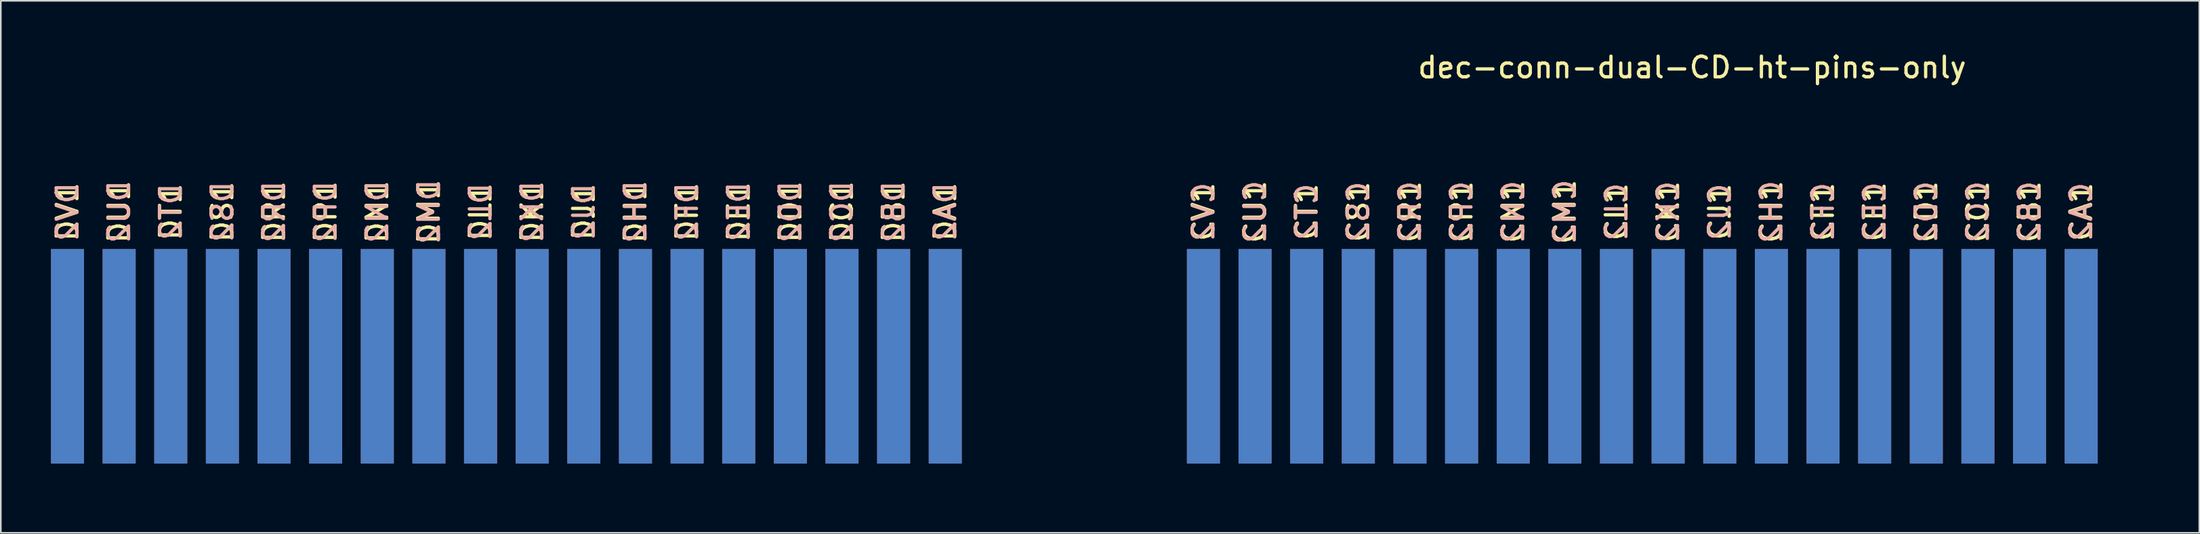
<source format=kicad_pcb>
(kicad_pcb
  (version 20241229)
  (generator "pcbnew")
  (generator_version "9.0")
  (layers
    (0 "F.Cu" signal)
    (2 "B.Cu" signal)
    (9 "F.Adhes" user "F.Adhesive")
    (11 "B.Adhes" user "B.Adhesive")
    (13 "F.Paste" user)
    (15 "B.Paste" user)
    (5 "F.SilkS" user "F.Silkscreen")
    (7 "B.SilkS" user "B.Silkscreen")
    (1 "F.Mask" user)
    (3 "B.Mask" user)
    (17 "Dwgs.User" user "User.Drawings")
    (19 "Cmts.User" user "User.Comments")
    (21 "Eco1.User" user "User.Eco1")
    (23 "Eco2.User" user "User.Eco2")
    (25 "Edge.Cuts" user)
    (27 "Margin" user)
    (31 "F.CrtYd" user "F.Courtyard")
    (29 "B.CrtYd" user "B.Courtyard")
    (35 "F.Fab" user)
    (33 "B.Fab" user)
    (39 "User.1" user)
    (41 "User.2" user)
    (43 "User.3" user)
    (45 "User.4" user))
  (footprint "dec-conn-dual-CD-ht-pins-only"
    (layer "F.Cu")
    (at 128.938 26.5)
    (property "Reference" "dec-conn-dual-CD-ht-pins-only" (at -27.94 -25.4 0) (layer "F.SilkS") (effects (font (size 1.27 1.27) (thickness 0.203))))
    (attr through_hole)
    (fp_text user "CK1" (at -29.413 -16.51 90) (layer "F.SilkS") (effects (font (size 1.27 1.27) (thickness 0.203))))
    (fp_text user "CH1" (at -23.063 -16.51 90) (layer "F.SilkS") (effects (font (size 1.27 1.27) (thickness 0.203))))
    (fp_text user "DE1" (at -86.563 -16.51 90) (layer "F.SilkS") (effects (font (size 1.27 1.27) (thickness 0.203))))
    (fp_text user "DJ1" (at -96.088 -16.51 90) (layer "F.SilkS") (effects (font (size 1.27 1.27) (thickness 0.203))))
    (fp_text user "CU1" (at -54.813 -16.51 90) (layer "F.SilkS") (effects (font (size 1.27 1.27) (thickness 0.203))))
    (fp_text user "CV1" (at -57.988 -16.51 90) (layer "F.SilkS") (effects (font (size 1.27 1.27) (thickness 0.203))))
    (fp_text user "DL1" (at -102.438 -16.51 90) (layer "F.SilkS") (effects (font (size 1.27 1.27) (thickness 0.203))))
    (fp_text user "CC1" (at -10.363 -16.51 90) (layer "F.SilkS") (effects (font (size 1.27 1.27) (thickness 0.203))))
    (fp_text user "CN1" (at -38.938 -16.51 90) (layer "F.SilkS") (effects (font (size 1.27 1.27) (thickness 0.203))))
    (fp_text user "CM1" (at -35.763 -16.51 90) (layer "F.SilkS") (effects (font (size 1.27 1.27) (thickness 0.203))))
    (fp_text user "DA1" (at -73.863 -16.51 90) (layer "F.SilkS") (effects (font (size 1.27 1.27) (thickness 0.203))))
    (fp_text user "DN1" (at -108.788 -16.51 90) (layer "F.SilkS") (effects (font (size 1.27 1.27) (thickness 0.203))))
    (fp_text user "DH1" (at -92.913 -16.51 90) (layer "F.SilkS") (effects (font (size 1.27 1.27) (thickness 0.203))))
    (fp_text user "DT1" (at -121.488 -16.51 90) (layer "F.SilkS") (effects (font (size 1.27 1.27) (thickness 0.203))))
    (fp_text user "DM1" (at -105.613 -16.51 90) (layer "F.SilkS") (effects (font (size 1.27 1.27) (thickness 0.203))))
    (fp_text user "DU1" (at -124.663 -16.51 90) (layer "F.SilkS") (effects (font (size 1.27 1.27) (thickness 0.203))))
    (fp_text user "DC1" (at -80.213 -16.51 90) (layer "F.SilkS") (effects (font (size 1.27 1.27) (thickness 0.203))))
    (fp_text user "DS1" (at -118.313 -16.51 90) (layer "F.SilkS") (effects (font (size 1.27 1.27) (thickness 0.203))))
    (fp_text user "CJ1" (at -26.238 -16.51 90) (layer "F.SilkS") (effects (font (size 1.27 1.27) (thickness 0.203))))
    (fp_text user "CP1" (at -42.113 -16.51 90) (layer "F.SilkS") (effects (font (size 1.27 1.27) (thickness 0.203))))
    (fp_text user "DP1" (at -111.963 -16.51 90) (layer "F.SilkS") (effects (font (size 1.27 1.27) (thickness 0.203))))
    (fp_text user "DD1" (at -83.388 -16.51 90) (layer "F.SilkS") (effects (font (size 1.27 1.27) (thickness 0.203))))
    (fp_text user "CR1" (at -45.288 -16.51 90) (layer "F.SilkS") (effects (font (size 1.27 1.27) (thickness 0.203))))
    (fp_text user "CB1" (at -7.188 -16.51 90) (layer "F.SilkS") (effects (font (size 1.27 1.27) (thickness 0.203))))
    (fp_text user "DR1" (at -115.138 -16.51 90) (layer "F.SilkS") (effects (font (size 1.27 1.27) (thickness 0.203))))
    (fp_text user "DK1" (at -99.263 -16.51 90) (layer "F.SilkS") (effects (font (size 1.27 1.27) (thickness 0.203))))
    (fp_text user "CA1" (at -4.013 -16.51 90) (layer "F.SilkS") (effects (font (size 1.27 1.27) (thickness 0.203))))
    (fp_text user "CD1" (at -13.538 -16.51 90) (layer "F.SilkS") (effects (font (size 1.27 1.27) (thickness 0.203))))
    (fp_text user "CT1" (at -51.638 -16.51 90) (layer "F.SilkS") (effects (font (size 1.27 1.27) (thickness 0.203))))
    (fp_text user "DV1" (at -127.838 -16.51 90) (layer "F.SilkS") (effects (font (size 1.27 1.27) (thickness 0.203))))
    (fp_text user "CL1" (at -32.588 -16.51 90) (layer "F.SilkS") (effects (font (size 1.27 1.27) (thickness 0.203))))
    (fp_text user "CE1" (at -16.713 -16.51 90) (layer "F.SilkS") (effects (font (size 1.27 1.27) (thickness 0.203))))
    (fp_text user "CS1" (at -48.463 -16.51 90) (layer "F.SilkS") (effects (font (size 1.27 1.27) (thickness 0.203))))
    (fp_text user "CF1" (at -19.888 -16.51 90) (layer "F.SilkS") (effects (font (size 1.27 1.27) (thickness 0.203))))
    (fp_text user "DB1" (at -77.038 -16.51 90) (layer "F.SilkS") (effects (font (size 1.27 1.27) (thickness 0.203))))
    (fp_text user "DF1" (at -89.738 -16.51 90) (layer "F.SilkS") (effects (font (size 1.27 1.27) (thickness 0.203))))
    (fp_text user "DA2" (at -73.863 -16.51 90) (layer "B.SilkS") (effects (font (size 1.27 1.27) (thickness 0.203)) (justify mirror)))
    (fp_text user "CH2" (at -23.063 -16.51 90) (layer "B.SilkS") (effects (font (size 1.27 1.27) (thickness 0.203)) (justify mirror)))
    (fp_text user "DD2" (at -83.388 -16.51 90) (layer "B.SilkS") (effects (font (size 1.27 1.27) (thickness 0.203)) (justify mirror)))
    (fp_text user "CB2" (at -7.188 -16.51 90) (layer "B.SilkS") (effects (font (size 1.27 1.27) (thickness 0.203)) (justify mirror)))
    (fp_text user "DJ2" (at -96.088 -16.51 90) (layer "B.SilkS") (effects (font (size 1.27 1.27) (thickness 0.203)) (justify mirror)))
    (fp_text user "DP2" (at -111.963 -16.51 90) (layer "B.SilkS") (effects (font (size 1.27 1.27) (thickness 0.203)) (justify mirror)))
    (fp_text user "CF2" (at -19.888 -16.51 90) (layer "B.SilkS") (effects (font (size 1.27 1.27) (thickness 0.203)) (justify mirror)))
    (fp_text user "CV2" (at -57.988 -16.51 90) (layer "B.SilkS") (effects (font (size 1.27 1.27) (thickness 0.203)) (justify mirror)))
    (fp_text user "DK2" (at -99.263 -16.51 90) (layer "B.SilkS") (effects (font (size 1.27 1.27) (thickness 0.203)) (justify mirror)))
    (fp_text user "CS2" (at -48.463 -16.51 90) (layer "B.SilkS") (effects (font (size 1.27 1.27) (thickness 0.203)) (justify mirror)))
    (fp_text user "CL2" (at -32.588 -16.51 90) (layer "B.SilkS") (effects (font (size 1.27 1.27) (thickness 0.203)) (justify mirror)))
    (fp_text user "CU2" (at -54.813 -16.51 90) (layer "B.SilkS") (effects (font (size 1.27 1.27) (thickness 0.203)) (justify mirror)))
    (fp_text user "DF2" (at -89.738 -16.51 90) (layer "B.SilkS") (effects (font (size 1.27 1.27) (thickness 0.203)) (justify mirror)))
    (fp_text user "DB2" (at -77.038 -16.51 90) (layer "B.SilkS") (effects (font (size 1.27 1.27) (thickness 0.203)) (justify mirror)))
    (fp_text user "CJ2" (at -26.238 -16.51 90) (layer "B.SilkS") (effects (font (size 1.27 1.27) (thickness 0.203)) (justify mirror)))
    (fp_text user "CP2" (at -42.113 -16.51 90) (layer "B.SilkS") (effects (font (size 1.27 1.27) (thickness 0.203)) (justify mirror)))
    (fp_text user "CT2" (at -51.638 -16.51 90) (layer "B.SilkS") (effects (font (size 1.27 1.27) (thickness 0.203)) (justify mirror)))
    (fp_text user "DE2" (at -86.563 -16.51 90) (layer "B.SilkS") (effects (font (size 1.27 1.27) (thickness 0.203)) (justify mirror)))
    (fp_text user "CR2" (at -45.288 -16.51 90) (layer "B.SilkS") (effects (font (size 1.27 1.27) (thickness 0.203)) (justify mirror)))
    (fp_text user "DM2" (at -105.613 -16.51 90) (layer "B.SilkS") (effects (font (size 1.27 1.27) (thickness 0.203)) (justify mirror)))
    (fp_text user "DU2" (at -124.663 -16.51 90) (layer "B.SilkS") (effects (font (size 1.27 1.27) (thickness 0.203)) (justify mirror)))
    (fp_text user "CE2" (at -16.713 -16.51 90) (layer "B.SilkS") (effects (font (size 1.27 1.27) (thickness 0.203)) (justify mirror)))
    (fp_text user "DC2" (at -80.213 -16.51 90) (layer "B.SilkS") (effects (font (size 1.27 1.27) (thickness 0.203)) (justify mirror)))
    (fp_text user "DL2" (at -102.438 -16.51 90) (layer "B.SilkS") (effects (font (size 1.27 1.27) (thickness 0.203)) (justify mirror)))
    (fp_text user "CM2" (at -35.763 -16.51 90) (layer "B.SilkS") (effects (font (size 1.27 1.27) (thickness 0.203)) (justify mirror)))
    (fp_text user "DT2" (at -121.488 -16.51 90) (layer "B.SilkS") (effects (font (size 1.27 1.27) (thickness 0.203)) (justify mirror)))
    (fp_text user "CD2" (at -13.538 -16.51 90) (layer "B.SilkS") (effects (font (size 1.27 1.27) (thickness 0.203)) (justify mirror)))
    (fp_text user "DN2" (at -108.788 -16.51 90) (layer "B.SilkS") (effects (font (size 1.27 1.27) (thickness 0.203)) (justify mirror)))
    (fp_text user "CA2" (at -4.013 -16.51 90) (layer "B.SilkS") (effects (font (size 1.27 1.27) (thickness 0.203)) (justify mirror)))
    (fp_text user "DS2" (at -118.313 -16.51 90) (layer "B.SilkS") (effects (font (size 1.27 1.27) (thickness 0.203)) (justify mirror)))
    (fp_text user "DV2" (at -127.838 -16.51 90) (layer "B.SilkS") (effects (font (size 1.27 1.27) (thickness 0.203)) (justify mirror)))
    (fp_text user "DH2" (at -92.913 -16.51 90) (layer "B.SilkS") (effects (font (size 1.27 1.27) (thickness 0.203)) (justify mirror)))
    (fp_text user "CC2" (at -10.363 -16.51 90) (layer "B.SilkS") (effects (font (size 1.27 1.27) (thickness 0.203)) (justify mirror)))
    (fp_text user "CK2" (at -29.413 -16.51 90) (layer "B.SilkS") (effects (font (size 1.27 1.27) (thickness 0.203)) (justify mirror)))
    (fp_text user "DR2" (at -115.138 -16.51 90) (layer "B.SilkS") (effects (font (size 1.27 1.27) (thickness 0.203)) (justify mirror)))
    (fp_text user "CN2" (at -38.938 -16.51 90) (layer "B.SilkS") (effects (font (size 1.27 1.27) (thickness 0.203)) (justify mirror)))
    (pad "CA1" connect rect (at -4.013 -13.462) (size 2.032 13.208) (drill (offset 0 5.842)) (layers "F.Cu" "F.Mask"))
    (pad "CA2" connect rect (at -4.013 -13.462) (size 2.032 13.208) (drill (offset 0 5.842)) (layers "B.Cu" "B.Mask"))
    (pad "CB1" connect rect (at -7.188 -13.462) (size 2.032 13.208) (drill (offset 0 5.842)) (layers "F.Cu" "F.Mask"))
    (pad "CB2" connect rect (at -7.188 -13.462) (size 2.032 13.208) (drill (offset 0 5.842)) (layers "B.Cu" "B.Mask"))
    (pad "CC1" connect rect (at -10.363 -13.462) (size 2.032 13.208) (drill (offset 0 5.842)) (layers "F.Cu" "F.Mask"))
    (pad "CC2" connect rect (at -10.363 -13.462) (size 2.032 13.208) (drill (offset 0 5.842)) (layers "B.Cu" "B.Mask"))
    (pad "CD1" connect rect (at -13.538 -13.462) (size 2.032 13.208) (drill (offset 0 5.842)) (layers "F.Cu" "F.Mask"))
    (pad "CD2" connect rect (at -13.538 -13.462) (size 2.032 13.208) (drill (offset 0 5.842)) (layers "B.Cu" "B.Mask"))
    (pad "CE1" connect rect (at -16.713 -13.462) (size 2.032 13.208) (drill (offset 0 5.842)) (layers "F.Cu" "F.Mask"))
    (pad "CE2" connect rect (at -16.713 -13.462) (size 2.032 13.208) (drill (offset 0 5.842)) (layers "B.Cu" "B.Mask"))
    (pad "CF1" connect rect (at -19.888 -13.462) (size 2.032 13.208) (drill (offset 0 5.842)) (layers "F.Cu" "F.Mask"))
    (pad "CF2" connect rect (at -19.888 -13.462) (size 2.032 13.208) (drill (offset 0 5.842)) (layers "B.Cu" "B.Mask"))
    (pad "CH1" connect rect (at -23.063 -13.462) (size 2.032 13.208) (drill (offset 0 5.842)) (layers "F.Cu" "F.Mask"))
    (pad "CH2" connect rect (at -23.063 -13.462) (size 2.032 13.208) (drill (offset 0 5.842)) (layers "B.Cu" "B.Mask"))
    (pad "CJ1" connect rect (at -26.238 -13.462) (size 2.032 13.208) (drill (offset 0 5.842)) (layers "F.Cu" "F.Mask"))
    (pad "CJ2" connect rect (at -26.238 -13.462) (size 2.032 13.208) (drill (offset 0 5.842)) (layers "B.Cu" "B.Mask"))
    (pad "CK1" connect rect (at -29.413 -13.462) (size 2.032 13.208) (drill (offset 0 5.842)) (layers "F.Cu" "F.Mask"))
    (pad "CK2" connect rect (at -29.413 -13.462) (size 2.032 13.208) (drill (offset 0 5.842)) (layers "B.Cu" "B.Mask"))
    (pad "CL1" connect rect (at -32.588 -13.462) (size 2.032 13.208) (drill (offset 0 5.842)) (layers "F.Cu" "F.Mask"))
    (pad "CL2" connect rect (at -32.588 -13.462) (size 2.032 13.208) (drill (offset 0 5.842)) (layers "B.Cu" "B.Mask"))
    (pad "CM1" connect rect (at -35.763 -13.462) (size 2.032 13.208) (drill (offset 0 5.842)) (layers "F.Cu" "F.Mask"))
    (pad "CM2" connect rect (at -35.763 -13.462) (size 2.032 13.208) (drill (offset 0 5.842)) (layers "B.Cu" "B.Mask"))
    (pad "CN1" connect rect (at -38.938 -13.462) (size 2.032 13.208) (drill (offset 0 5.842)) (layers "F.Cu" "F.Mask"))
    (pad "CN2" connect rect (at -38.938 -13.462) (size 2.032 13.208) (drill (offset 0 5.842)) (layers "B.Cu" "B.Mask"))
    (pad "CP1" connect rect (at -42.113 -13.462) (size 2.032 13.208) (drill (offset 0 5.842)) (layers "F.Cu" "F.Mask"))
    (pad "CP2" connect rect (at -42.113 -13.462) (size 2.032 13.208) (drill (offset 0 5.842)) (layers "B.Cu" "B.Mask"))
    (pad "CR1" connect rect (at -45.288 -13.462) (size 2.032 13.208) (drill (offset 0 5.842)) (layers "F.Cu" "F.Mask"))
    (pad "CR2" connect rect (at -45.288 -13.462) (size 2.032 13.208) (drill (offset 0 5.842)) (layers "B.Cu" "B.Mask"))
    (pad "CS1" connect rect (at -48.463 -13.462) (size 2.032 13.208) (drill (offset 0 5.842)) (layers "F.Cu" "F.Mask"))
    (pad "CS2" connect rect (at -48.463 -13.462) (size 2.032 13.208) (drill (offset 0 5.842)) (layers "B.Cu" "B.Mask"))
    (pad "CT1" connect rect (at -51.638 -13.462) (size 2.032 13.208) (drill (offset 0 5.842)) (layers "F.Cu" "F.Mask"))
    (pad "CT2" connect rect (at -51.638 -13.462) (size 2.032 13.208) (drill (offset 0 5.842)) (layers "B.Cu" "B.Mask"))
    (pad "CU1" connect rect (at -54.813 -13.462) (size 2.032 13.208) (drill (offset 0 5.842)) (layers "F.Cu" "F.Mask"))
    (pad "CU2" connect rect (at -54.813 -13.462) (size 2.032 13.208) (drill (offset 0 5.842)) (layers "B.Cu" "B.Mask"))
    (pad "CV1" connect rect (at -57.988 -13.462) (size 2.032 13.208) (drill (offset 0 5.842)) (layers "F.Cu" "F.Mask"))
    (pad "CV2" connect rect (at -57.988 -13.462) (size 2.032 13.208) (drill (offset 0 5.842)) (layers "B.Cu" "B.Mask"))
    (pad "DA1" connect rect (at -73.863 -13.462) (size 2.032 13.208) (drill (offset 0 5.842)) (layers "F.Cu" "F.Mask"))
    (pad "DA2" connect rect (at -73.863 -13.462) (size 2.032 13.208) (drill (offset 0 5.842)) (layers "B.Cu" "B.Mask"))
    (pad "DB1" connect rect (at -77.038 -13.462) (size 2.032 13.208) (drill (offset 0 5.842)) (layers "F.Cu" "F.Mask"))
    (pad "DB2" connect rect (at -77.038 -13.462) (size 2.032 13.208) (drill (offset 0 5.842)) (layers "B.Cu" "B.Mask"))
    (pad "DC1" connect rect (at -80.213 -13.462) (size 2.032 13.208) (drill (offset 0 5.842)) (layers "F.Cu" "F.Mask"))
    (pad "DC2" connect rect (at -80.213 -13.462) (size 2.032 13.208) (drill (offset 0 5.842)) (layers "B.Cu" "B.Mask"))
    (pad "DD1" connect rect (at -83.388 -13.462) (size 2.032 13.208) (drill (offset 0 5.842)) (layers "F.Cu" "F.Mask"))
    (pad "DD2" connect rect (at -83.388 -13.462) (size 2.032 13.208) (drill (offset 0 5.842)) (layers "B.Cu" "B.Mask"))
    (pad "DE1" connect rect (at -86.563 -13.462) (size 2.032 13.208) (drill (offset 0 5.842)) (layers "F.Cu" "F.Mask"))
    (pad "DE2" connect rect (at -86.563 -13.462) (size 2.032 13.208) (drill (offset 0 5.842)) (layers "B.Cu" "B.Mask"))
    (pad "DF1" connect rect (at -89.738 -13.462) (size 2.032 13.208) (drill (offset 0 5.842)) (layers "F.Cu" "F.Mask"))
    (pad "DF2" connect rect (at -89.738 -13.462) (size 2.032 13.208) (drill (offset 0 5.842)) (layers "B.Cu" "B.Mask"))
    (pad "DH1" connect rect (at -92.913 -13.462) (size 2.032 13.208) (drill (offset 0 5.842)) (layers "F.Cu" "F.Mask"))
    (pad "DH2" connect rect (at -92.913 -13.462) (size 2.032 13.208) (drill (offset 0 5.842)) (layers "B.Cu" "B.Mask"))
    (pad "DJ1" connect rect (at -96.088 -13.462) (size 2.032 13.208) (drill (offset 0 5.842)) (layers "F.Cu" "F.Mask"))
    (pad "DJ2" connect rect (at -96.088 -13.462) (size 2.032 13.208) (drill (offset 0 5.842)) (layers "B.Cu" "B.Mask"))
    (pad "DK1" connect rect (at -99.263 -13.462) (size 2.032 13.208) (drill (offset 0 5.842)) (layers "F.Cu" "F.Mask"))
    (pad "DK2" connect rect (at -99.263 -13.462) (size 2.032 13.208) (drill (offset 0 5.842)) (layers "B.Cu" "B.Mask"))
    (pad "DL1" connect rect (at -102.438 -13.462) (size 2.032 13.208) (drill (offset 0 5.842)) (layers "F.Cu" "F.Mask"))
    (pad "DL2" connect rect (at -102.438 -13.462) (size 2.032 13.208) (drill (offset 0 5.842)) (layers "B.Cu" "B.Mask"))
    (pad "DM1" connect rect (at -105.613 -13.462) (size 2.032 13.208) (drill (offset 0 5.842)) (layers "F.Cu" "F.Mask"))
    (pad "DM2" connect rect (at -105.613 -13.462) (size 2.032 13.208) (drill (offset 0 5.842)) (layers "B.Cu" "B.Mask"))
    (pad "DN1" connect rect (at -108.788 -13.462) (size 2.032 13.208) (drill (offset 0 5.842)) (layers "F.Cu" "F.Mask"))
    (pad "DN2" connect rect (at -108.788 -13.462) (size 2.032 13.208) (drill (offset 0 5.842)) (layers "B.Cu" "B.Mask"))
    (pad "DP1" connect rect (at -111.963 -13.462) (size 2.032 13.208) (drill (offset 0 5.842)) (layers "F.Cu" "F.Mask"))
    (pad "DP2" connect rect (at -111.963 -13.462) (size 2.032 13.208) (drill (offset 0 5.842)) (layers "B.Cu" "B.Mask"))
    (pad "DR1" connect rect (at -115.138 -13.462) (size 2.032 13.208) (drill (offset 0 5.842)) (layers "F.Cu" "F.Mask"))
    (pad "DR2" connect rect (at -115.138 -13.462) (size 2.032 13.208) (drill (offset 0 5.842)) (layers "B.Cu" "B.Mask"))
    (pad "DS1" connect rect (at -118.313 -13.462) (size 2.032 13.208) (drill (offset 0 5.842)) (layers "F.Cu" "F.Mask"))
    (pad "DS2" connect rect (at -118.313 -13.462) (size 2.032 13.208) (drill (offset 0 5.842)) (layers "B.Cu" "B.Mask"))
    (pad "DT1" connect rect (at -121.488 -13.462) (size 2.032 13.208) (drill (offset 0 5.842)) (layers "F.Cu" "F.Mask"))
    (pad "DT2" connect rect (at -121.488 -13.462) (size 2.032 13.208) (drill (offset 0 5.842)) (layers "B.Cu" "B.Mask"))
    (pad "DU1" connect rect (at -124.663 -13.462) (size 2.032 13.208) (drill (offset 0 5.842)) (layers "F.Cu" "F.Mask"))
    (pad "DU2" connect rect (at -124.663 -13.462) (size 2.032 13.208) (drill (offset 0 5.842)) (layers "B.Cu" "B.Mask"))
    (pad "DV1" connect rect (at -127.838 -13.462) (size 2.032 13.208) (drill (offset 0 5.842)) (layers "F.Cu" "F.Mask"))
    (pad "DV2" connect rect (at -127.838 -13.462) (size 2.032 13.208) (drill (offset 0 5.842)) (layers "B.Cu" "B.Mask")))
  (gr_rect
    (start -3 -3)
    (end 132.188 29.75)
    (stroke (width 0.1) (type default))
    (fill no)
    (layer "Edge.Cuts")))
</source>
